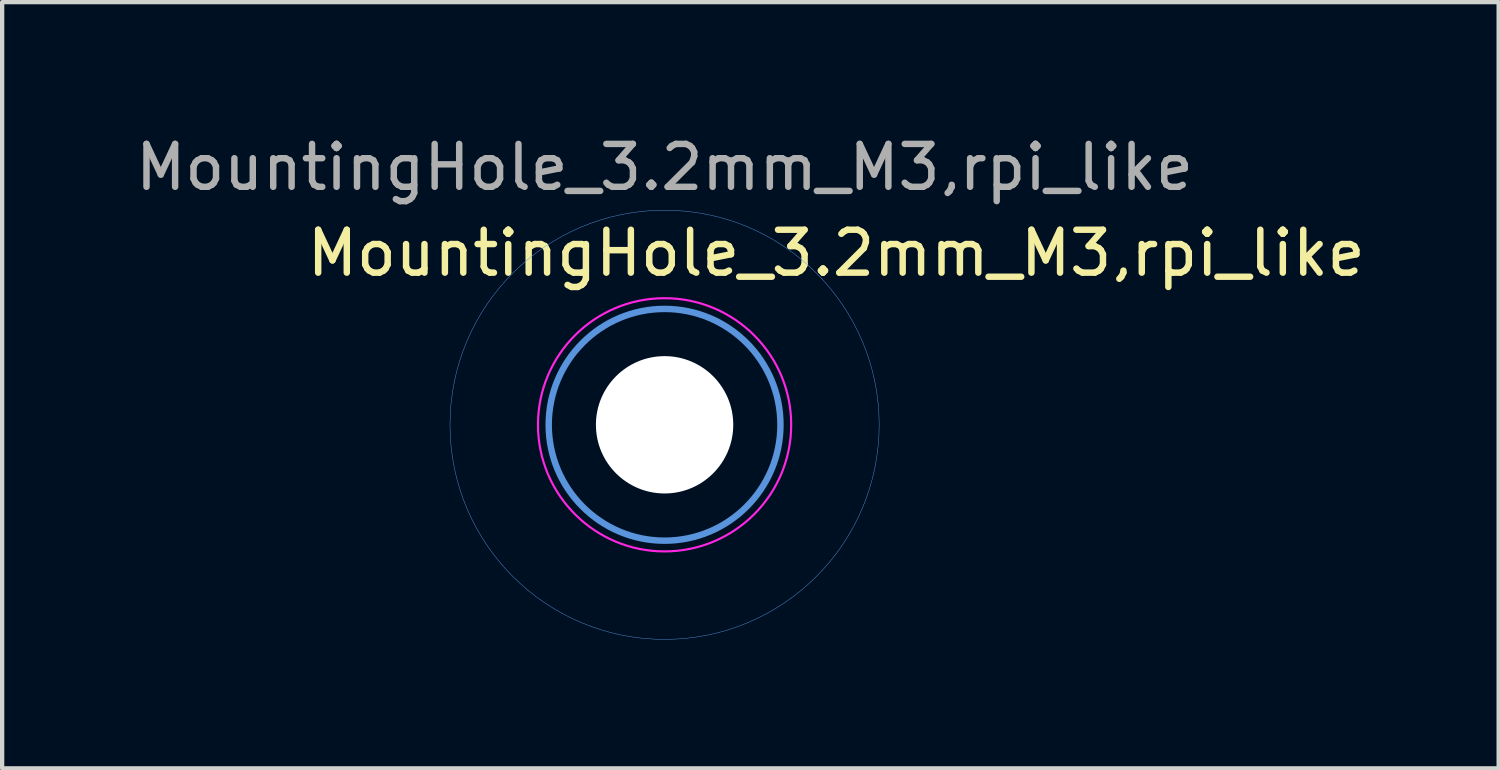
<source format=kicad_pcb>
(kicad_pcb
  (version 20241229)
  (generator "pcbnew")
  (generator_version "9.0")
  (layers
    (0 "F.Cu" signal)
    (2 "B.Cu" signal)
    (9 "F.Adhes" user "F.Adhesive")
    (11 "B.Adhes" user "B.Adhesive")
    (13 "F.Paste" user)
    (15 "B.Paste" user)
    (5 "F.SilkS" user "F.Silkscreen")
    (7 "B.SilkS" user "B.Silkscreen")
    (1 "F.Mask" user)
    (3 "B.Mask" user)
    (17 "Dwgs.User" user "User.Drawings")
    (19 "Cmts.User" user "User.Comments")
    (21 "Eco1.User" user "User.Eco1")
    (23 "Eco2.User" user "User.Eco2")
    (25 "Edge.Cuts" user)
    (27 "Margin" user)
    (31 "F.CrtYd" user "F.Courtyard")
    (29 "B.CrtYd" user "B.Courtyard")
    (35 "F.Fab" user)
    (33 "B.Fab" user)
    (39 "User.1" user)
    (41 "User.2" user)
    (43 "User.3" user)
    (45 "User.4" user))
  (footprint "MountingHole_3.2mm_M3,rpi_like"
    (layer "F.Cu")
    (at 12.435 6.848)
    (property "Reference" "MountingHole_3.2mm_M3,rpi_like" (at 4 -4 0) (layer "F.SilkS") (effects (font (size 1 1) (thickness 0.15))))
    (attr exclude_from_pos_files exclude_from_bom)
    (fp_circle (center 0 0) (end 1.905 0) (stroke (width 1.2) (type solid)) (fill no) (layer "F.Mask"))
    (fp_circle (center 0 0) (end 1.905 0) (stroke (width 1.2) (type solid)) (fill no) (layer "B.Mask"))
    (fp_circle (center 0 0) (end 2.7 0) (stroke (width 0.15) (type solid)) (fill no) (layer "Cmts.User"))
    (fp_circle (center 0 0) (end 5 0) (stroke (width 0.01) (type solid)) (fill no) (layer "Cmts.User"))
    (fp_circle (center 0 0) (end 2.95 0) (stroke (width 0.05) (type solid)) (fill no) (layer "F.CrtYd"))
    (fp_text user "${REFERENCE}" (at 0 -6 0) (layer "F.Fab") (effects (font (size 1 1) (thickness 0.15))))
    (pad "" np_thru_hole circle (at 0 0) (size 3.2 3.2) (drill 3.2) (layers "*.Cu" "*.Mask")))
  (gr_rect
    (start -3 -3)
    (end 31.869 14.853)
    (stroke (width 0.1) (type default))
    (fill no)
    (layer "Edge.Cuts")))
</source>
